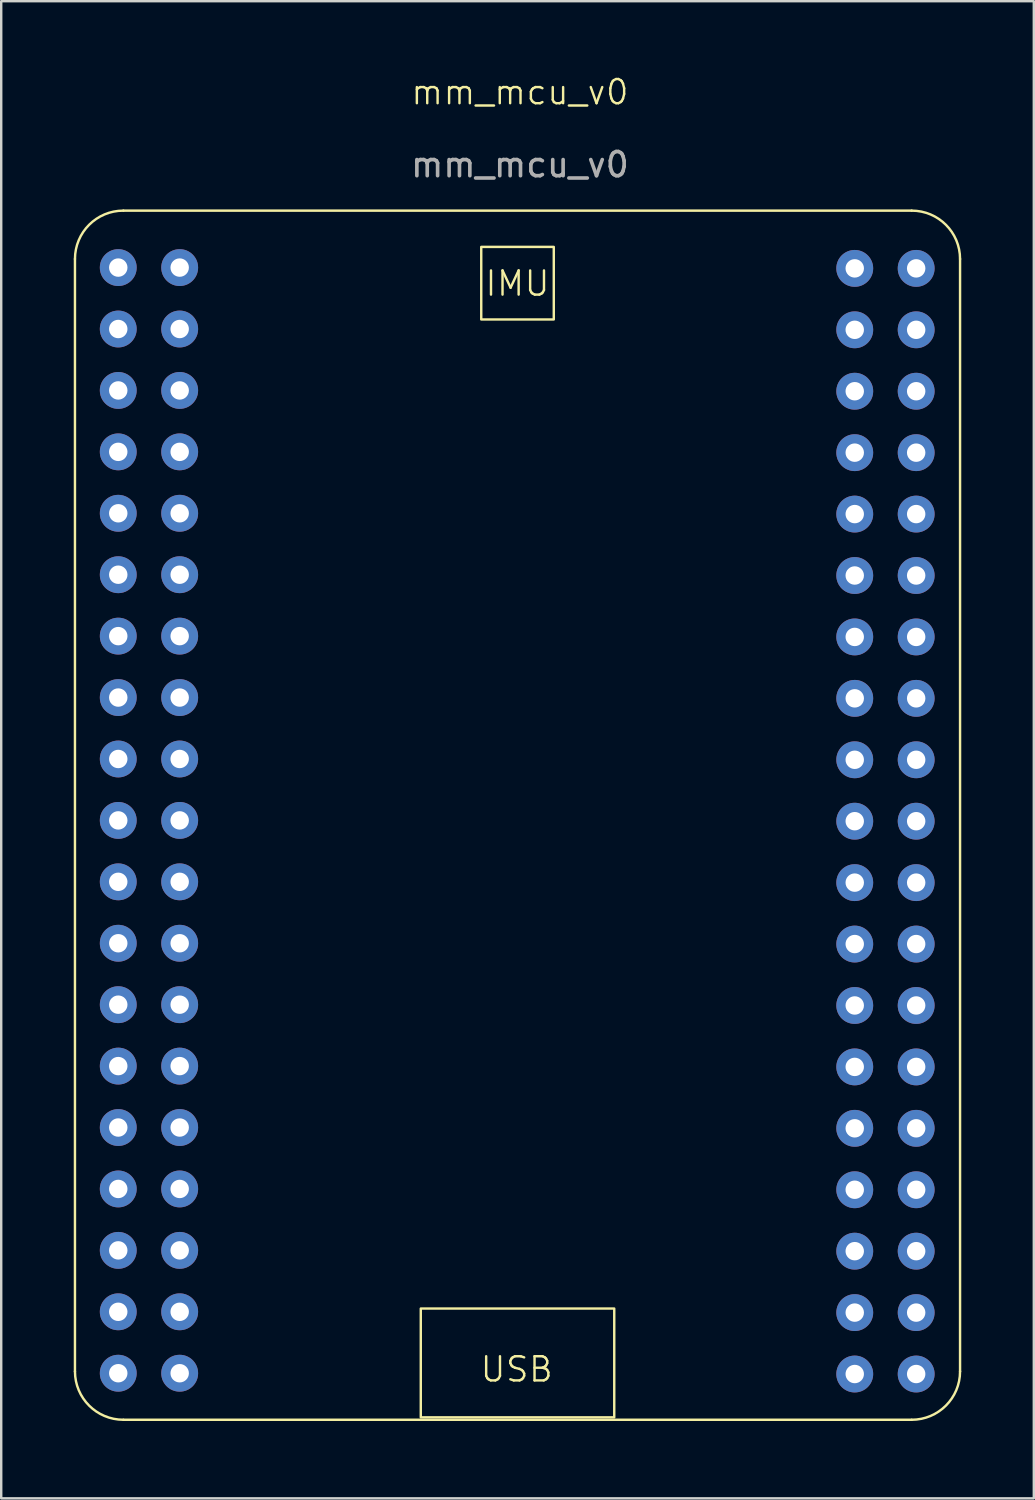
<source format=kicad_pcb>
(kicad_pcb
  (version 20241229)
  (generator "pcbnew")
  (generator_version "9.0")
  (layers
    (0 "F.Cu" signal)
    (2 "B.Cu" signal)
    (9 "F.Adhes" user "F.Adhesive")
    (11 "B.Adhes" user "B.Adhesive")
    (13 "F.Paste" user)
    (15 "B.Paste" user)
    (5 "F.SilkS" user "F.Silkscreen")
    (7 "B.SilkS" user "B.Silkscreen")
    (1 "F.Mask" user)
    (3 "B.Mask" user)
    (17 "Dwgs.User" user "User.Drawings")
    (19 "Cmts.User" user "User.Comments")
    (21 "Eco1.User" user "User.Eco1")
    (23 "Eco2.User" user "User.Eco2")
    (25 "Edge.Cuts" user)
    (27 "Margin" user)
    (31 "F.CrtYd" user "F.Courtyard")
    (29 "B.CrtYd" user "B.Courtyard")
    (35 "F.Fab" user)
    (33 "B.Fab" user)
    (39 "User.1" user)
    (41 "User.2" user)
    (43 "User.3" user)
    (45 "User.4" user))
  (footprint "mm_mcu_v0"
    (layer "F.Cu")
    (at 18.35 55.66)
    (property "Reference" "mm_mcu_v0" (at 0.1 -54.9 0) (unlocked yes) (layer "F.SilkS") (effects (font (size 1 1) (thickness 0.1))))
    (attr through_hole)
    (fp_line (start -18.3 -48) (end -18.3 -2) (stroke (width 0.1) (type default)) (layer "F.SilkS"))
    (fp_line (start -16.3 0) (end 16.3 0) (stroke (width 0.1) (type default)) (layer "F.SilkS"))
    (fp_line (start 16.3 -50) (end -16.3 -50) (stroke (width 0.1) (type default)) (layer "F.SilkS"))
    (fp_line (start 18.3 -2) (end 18.3 -48) (stroke (width 0.1) (type default)) (layer "F.SilkS"))
    (fp_rect (start -4 -0.1) (end 4 -4.6) (stroke (width 0.1) (type default)) (fill no) (layer "F.SilkS"))
    (fp_rect (start -1.5 -45.5) (end 1.5 -48.5) (stroke (width 0.1) (type default)) (fill no) (layer "F.SilkS"))
    (fp_arc (start -18.3 -48) (mid -17.714214 -49.414214) (end -16.3 -50) (stroke (width 0.1) (type default)) (layer "F.SilkS"))
    (fp_arc (start -16.3 0) (mid -17.714214 -0.585786) (end -18.3 -2) (stroke (width 0.1) (type default)) (layer "F.SilkS"))
    (fp_arc (start 16.3 -50) (mid 17.714214 -49.414214) (end 18.3 -48) (stroke (width 0.1) (type default)) (layer "F.SilkS"))
    (fp_arc (start 18.3 -2) (mid 17.714214 -0.585786) (end 16.3 0) (stroke (width 0.1) (type default)) (layer "F.SilkS"))
    (fp_text user "IMU" (at -1.4 -46.4 0) (unlocked yes) (layer "F.SilkS") (effects (font (size 1 1) (thickness 0.1)) (justify left bottom)))
    (fp_text user "USB" (at -1.6 -1.5 0) (unlocked yes) (layer "F.SilkS") (effects (font (size 1 1) (thickness 0.1)) (justify left bottom)))
    (fp_text user "${REFERENCE}" (at 0.1 -51.9 0) (unlocked yes) (layer "F.Fab") (effects (font (size 1 1) (thickness 0.15))))
    (pad "1" thru_hole circle (at -16.51 -1.925) (size 1.524 1.524) (drill 0.762) (layers "*.Cu" "*.Mask"))
    (pad "2" thru_hole circle (at -13.97 -1.925) (size 1.524 1.524) (drill 0.762) (layers "*.Cu" "*.Mask"))
    (pad "3" thru_hole circle (at -16.51 -4.465) (size 1.524 1.524) (drill 0.762) (layers "*.Cu" "*.Mask"))
    (pad "4" thru_hole circle (at -13.97 -4.465) (size 1.524 1.524) (drill 0.762) (layers "*.Cu" "*.Mask"))
    (pad "5" thru_hole circle (at -16.51 -7.005) (size 1.524 1.524) (drill 0.762) (layers "*.Cu" "*.Mask"))
    (pad "6" thru_hole circle (at -13.97 -7.005) (size 1.524 1.524) (drill 0.762) (layers "*.Cu" "*.Mask"))
    (pad "7" thru_hole circle (at -16.51 -9.545) (size 1.524 1.524) (drill 0.762) (layers "*.Cu" "*.Mask"))
    (pad "8" thru_hole circle (at -13.97 -9.545) (size 1.524 1.524) (drill 0.762) (layers "*.Cu" "*.Mask"))
    (pad "9" thru_hole circle (at -16.51 -12.085) (size 1.524 1.524) (drill 0.762) (layers "*.Cu" "*.Mask"))
    (pad "10" thru_hole circle (at -13.97 -12.085) (size 1.524 1.524) (drill 0.762) (layers "*.Cu" "*.Mask"))
    (pad "11" thru_hole circle (at -16.51 -14.625) (size 1.524 1.524) (drill 0.762) (layers "*.Cu" "*.Mask"))
    (pad "12" thru_hole circle (at -13.97 -14.625) (size 1.524 1.524) (drill 0.762) (layers "*.Cu" "*.Mask"))
    (pad "13" thru_hole circle (at -16.51 -17.165) (size 1.524 1.524) (drill 0.762) (layers "*.Cu" "*.Mask"))
    (pad "14" thru_hole circle (at -13.97 -17.165) (size 1.524 1.524) (drill 0.762) (layers "*.Cu" "*.Mask"))
    (pad "15" thru_hole circle (at -16.51 -19.705) (size 1.524 1.524) (drill 0.762) (layers "*.Cu" "*.Mask"))
    (pad "16" thru_hole circle (at -13.97 -19.705) (size 1.524 1.524) (drill 0.762) (layers "*.Cu" "*.Mask"))
    (pad "17" thru_hole circle (at -16.51 -22.245) (size 1.524 1.524) (drill 0.762) (layers "*.Cu" "*.Mask"))
    (pad "18" thru_hole circle (at -13.97 -22.245) (size 1.524 1.524) (drill 0.762) (layers "*.Cu" "*.Mask"))
    (pad "19" thru_hole circle (at -16.51 -24.785) (size 1.524 1.524) (drill 0.762) (layers "*.Cu" "*.Mask"))
    (pad "20" thru_hole circle (at -13.97 -24.785) (size 1.524 1.524) (drill 0.762) (layers "*.Cu" "*.Mask"))
    (pad "21" thru_hole circle (at -16.51 -27.325) (size 1.524 1.524) (drill 0.762) (layers "*.Cu" "*.Mask"))
    (pad "22" thru_hole circle (at -13.97 -27.325) (size 1.524 1.524) (drill 0.762) (layers "*.Cu" "*.Mask"))
    (pad "23" thru_hole circle (at -16.51 -29.865) (size 1.524 1.524) (drill 0.762) (layers "*.Cu" "*.Mask"))
    (pad "24" thru_hole circle (at -13.97 -29.865) (size 1.524 1.524) (drill 0.762) (layers "*.Cu" "*.Mask"))
    (pad "25" thru_hole circle (at -16.51 -32.405) (size 1.524 1.524) (drill 0.762) (layers "*.Cu" "*.Mask"))
    (pad "26" thru_hole circle (at -13.97 -32.405) (size 1.524 1.524) (drill 0.762) (layers "*.Cu" "*.Mask"))
    (pad "27" thru_hole circle (at -16.51 -34.945) (size 1.524 1.524) (drill 0.762) (layers "*.Cu" "*.Mask"))
    (pad "28" thru_hole circle (at -13.97 -34.945) (size 1.524 1.524) (drill 0.762) (layers "*.Cu" "*.Mask"))
    (pad "29" thru_hole circle (at -16.51 -37.485) (size 1.524 1.524) (drill 0.762) (layers "*.Cu" "*.Mask"))
    (pad "30" thru_hole circle (at -13.97 -37.485) (size 1.524 1.524) (drill 0.762) (layers "*.Cu" "*.Mask"))
    (pad "31" thru_hole circle (at -16.51 -40.025) (size 1.524 1.524) (drill 0.762) (layers "*.Cu" "*.Mask"))
    (pad "32" thru_hole circle (at -13.97 -40.025) (size 1.524 1.524) (drill 0.762) (layers "*.Cu" "*.Mask"))
    (pad "33" thru_hole circle (at -16.51 -42.565) (size 1.524 1.524) (drill 0.762) (layers "*.Cu" "*.Mask"))
    (pad "34" thru_hole circle (at -13.97 -42.565) (size 1.524 1.524) (drill 0.762) (layers "*.Cu" "*.Mask"))
    (pad "35" thru_hole circle (at -16.51 -45.105) (size 1.524 1.524) (drill 0.762) (layers "*.Cu" "*.Mask"))
    (pad "36" thru_hole circle (at -13.97 -45.105) (size 1.524 1.524) (drill 0.762) (layers "*.Cu" "*.Mask"))
    (pad "37" thru_hole circle (at -16.51 -47.645) (size 1.524 1.524) (drill 0.762) (layers "*.Cu" "*.Mask"))
    (pad "38" thru_hole circle (at -13.97 -47.645) (size 1.524 1.524) (drill 0.762) (layers "*.Cu" "*.Mask"))
    (pad "39" thru_hole circle (at 16.485 -47.612) (size 1.524 1.524) (drill 0.762) (layers "*.Cu" "*.Mask"))
    (pad "40" thru_hole circle (at 13.945 -47.612) (size 1.524 1.524) (drill 0.762) (layers "*.Cu" "*.Mask"))
    (pad "41" thru_hole circle (at 16.485 -45.072) (size 1.524 1.524) (drill 0.762) (layers "*.Cu" "*.Mask"))
    (pad "42" thru_hole circle (at 13.945 -45.072) (size 1.524 1.524) (drill 0.762) (layers "*.Cu" "*.Mask"))
    (pad "43" thru_hole circle (at 16.485 -42.532) (size 1.524 1.524) (drill 0.762) (layers "*.Cu" "*.Mask"))
    (pad "44" thru_hole circle (at 13.945 -42.532) (size 1.524 1.524) (drill 0.762) (layers "*.Cu" "*.Mask"))
    (pad "45" thru_hole circle (at 16.485 -39.992) (size 1.524 1.524) (drill 0.762) (layers "*.Cu" "*.Mask"))
    (pad "46" thru_hole circle (at 13.945 -39.992) (size 1.524 1.524) (drill 0.762) (layers "*.Cu" "*.Mask"))
    (pad "47" thru_hole circle (at 16.485 -37.452) (size 1.524 1.524) (drill 0.762) (layers "*.Cu" "*.Mask"))
    (pad "48" thru_hole circle (at 13.945 -37.452) (size 1.524 1.524) (drill 0.762) (layers "*.Cu" "*.Mask"))
    (pad "49" thru_hole circle (at 16.485 -34.912) (size 1.524 1.524) (drill 0.762) (layers "*.Cu" "*.Mask"))
    (pad "50" thru_hole circle (at 13.945 -34.912) (size 1.524 1.524) (drill 0.762) (layers "*.Cu" "*.Mask"))
    (pad "51" thru_hole circle (at 16.485 -32.372) (size 1.524 1.524) (drill 0.762) (layers "*.Cu" "*.Mask"))
    (pad "52" thru_hole circle (at 13.945 -32.372) (size 1.524 1.524) (drill 0.762) (layers "*.Cu" "*.Mask"))
    (pad "53" thru_hole circle (at 16.485 -29.832) (size 1.524 1.524) (drill 0.762) (layers "*.Cu" "*.Mask"))
    (pad "54" thru_hole circle (at 13.945 -29.832) (size 1.524 1.524) (drill 0.762) (layers "*.Cu" "*.Mask"))
    (pad "55" thru_hole circle (at 16.485 -27.292) (size 1.524 1.524) (drill 0.762) (layers "*.Cu" "*.Mask"))
    (pad "56" thru_hole circle (at 13.945 -27.292) (size 1.524 1.524) (drill 0.762) (layers "*.Cu" "*.Mask"))
    (pad "57" thru_hole circle (at 16.485 -24.752) (size 1.524 1.524) (drill 0.762) (layers "*.Cu" "*.Mask"))
    (pad "58" thru_hole circle (at 13.945 -24.752) (size 1.524 1.524) (drill 0.762) (layers "*.Cu" "*.Mask"))
    (pad "59" thru_hole circle (at 16.485 -22.212) (size 1.524 1.524) (drill 0.762) (layers "*.Cu" "*.Mask"))
    (pad "60" thru_hole circle (at 13.945 -22.212) (size 1.524 1.524) (drill 0.762) (layers "*.Cu" "*.Mask"))
    (pad "61" thru_hole circle (at 16.485 -19.672) (size 1.524 1.524) (drill 0.762) (layers "*.Cu" "*.Mask"))
    (pad "62" thru_hole circle (at 13.945 -19.672) (size 1.524 1.524) (drill 0.762) (layers "*.Cu" "*.Mask"))
    (pad "63" thru_hole circle (at 16.485 -17.132) (size 1.524 1.524) (drill 0.762) (layers "*.Cu" "*.Mask"))
    (pad "64" thru_hole circle (at 13.945 -17.132) (size 1.524 1.524) (drill 0.762) (layers "*.Cu" "*.Mask"))
    (pad "65" thru_hole circle (at 16.485 -14.592) (size 1.524 1.524) (drill 0.762) (layers "*.Cu" "*.Mask"))
    (pad "66" thru_hole circle (at 13.945 -14.592) (size 1.524 1.524) (drill 0.762) (layers "*.Cu" "*.Mask"))
    (pad "67" thru_hole circle (at 16.485 -12.052) (size 1.524 1.524) (drill 0.762) (layers "*.Cu" "*.Mask"))
    (pad "68" thru_hole circle (at 13.945 -12.052) (size 1.524 1.524) (drill 0.762) (layers "*.Cu" "*.Mask"))
    (pad "69" thru_hole circle (at 16.485 -9.512) (size 1.524 1.524) (drill 0.762) (layers "*.Cu" "*.Mask"))
    (pad "70" thru_hole circle (at 13.945 -9.512) (size 1.524 1.524) (drill 0.762) (layers "*.Cu" "*.Mask"))
    (pad "71" thru_hole circle (at 16.485 -6.972) (size 1.524 1.524) (drill 0.762) (layers "*.Cu" "*.Mask"))
    (pad "72" thru_hole circle (at 13.945 -6.972) (size 1.524 1.524) (drill 0.762) (layers "*.Cu" "*.Mask"))
    (pad "73" thru_hole circle (at 16.485 -4.432) (size 1.524 1.524) (drill 0.762) (layers "*.Cu" "*.Mask"))
    (pad "74" thru_hole circle (at 13.945 -4.432) (size 1.524 1.524) (drill 0.762) (layers "*.Cu" "*.Mask"))
    (pad "75" thru_hole circle (at 16.485 -1.892) (size 1.524 1.524) (drill 0.762) (layers "*.Cu" "*.Mask"))
    (pad "76" thru_hole circle (at 13.945 -1.892) (size 1.524 1.524) (drill 0.762) (layers "*.Cu" "*.Mask")))
  (gr_rect
    (start -3 -3)
    (end 39.7 58.91)
    (stroke (width 0.1) (type default))
    (fill no)
    (layer "Edge.Cuts")))
</source>
